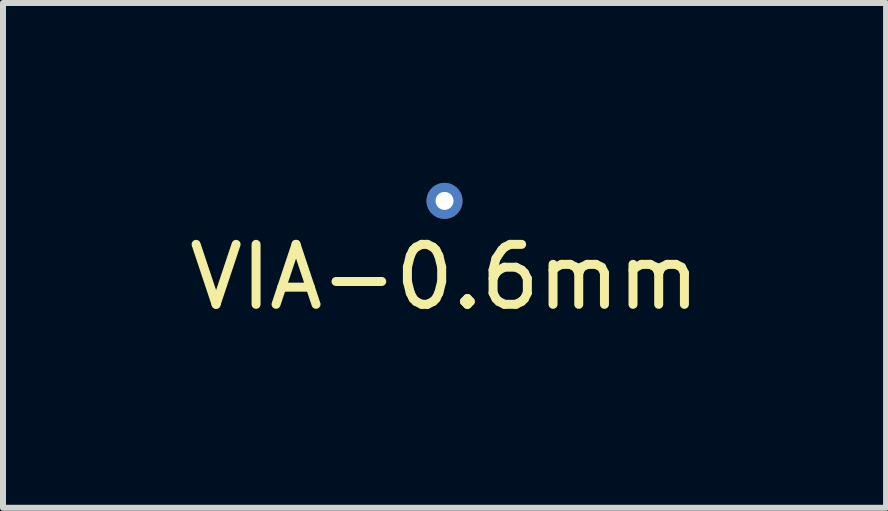
<source format=kicad_pcb>
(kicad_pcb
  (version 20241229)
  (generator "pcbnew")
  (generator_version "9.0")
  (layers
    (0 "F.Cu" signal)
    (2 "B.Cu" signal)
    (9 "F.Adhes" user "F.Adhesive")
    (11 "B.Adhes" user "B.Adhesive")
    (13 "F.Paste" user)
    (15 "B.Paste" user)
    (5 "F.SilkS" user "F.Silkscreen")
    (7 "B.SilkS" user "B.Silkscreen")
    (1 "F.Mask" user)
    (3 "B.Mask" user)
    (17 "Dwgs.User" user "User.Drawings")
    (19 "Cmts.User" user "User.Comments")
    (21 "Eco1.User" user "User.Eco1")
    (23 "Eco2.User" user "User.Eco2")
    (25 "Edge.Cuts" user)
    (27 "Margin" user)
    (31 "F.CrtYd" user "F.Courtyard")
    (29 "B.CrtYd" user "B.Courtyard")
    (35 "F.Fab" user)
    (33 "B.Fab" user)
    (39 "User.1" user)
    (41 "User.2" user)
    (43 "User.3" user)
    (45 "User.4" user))
  (footprint "VIA-0.6mm"
    (layer "F.Cu")
    (at 4.363 0.3)
    (property "Reference" "VIA-0.6mm" (at 0 1.27 0) (layer "F.SilkS") (effects (font (size 1 1) (thickness 0.15))))
    (attr through_hole)
    (pad " " thru_hole circle (at 0 0) (size 0.6 0.6) (drill 0.3) (layers "*.Cu")))
  (gr_rect
    (start -3 -3)
    (end 11.726 5.418)
    (stroke (width 0.1) (type default))
    (fill no)
    (layer "Edge.Cuts")))
</source>
